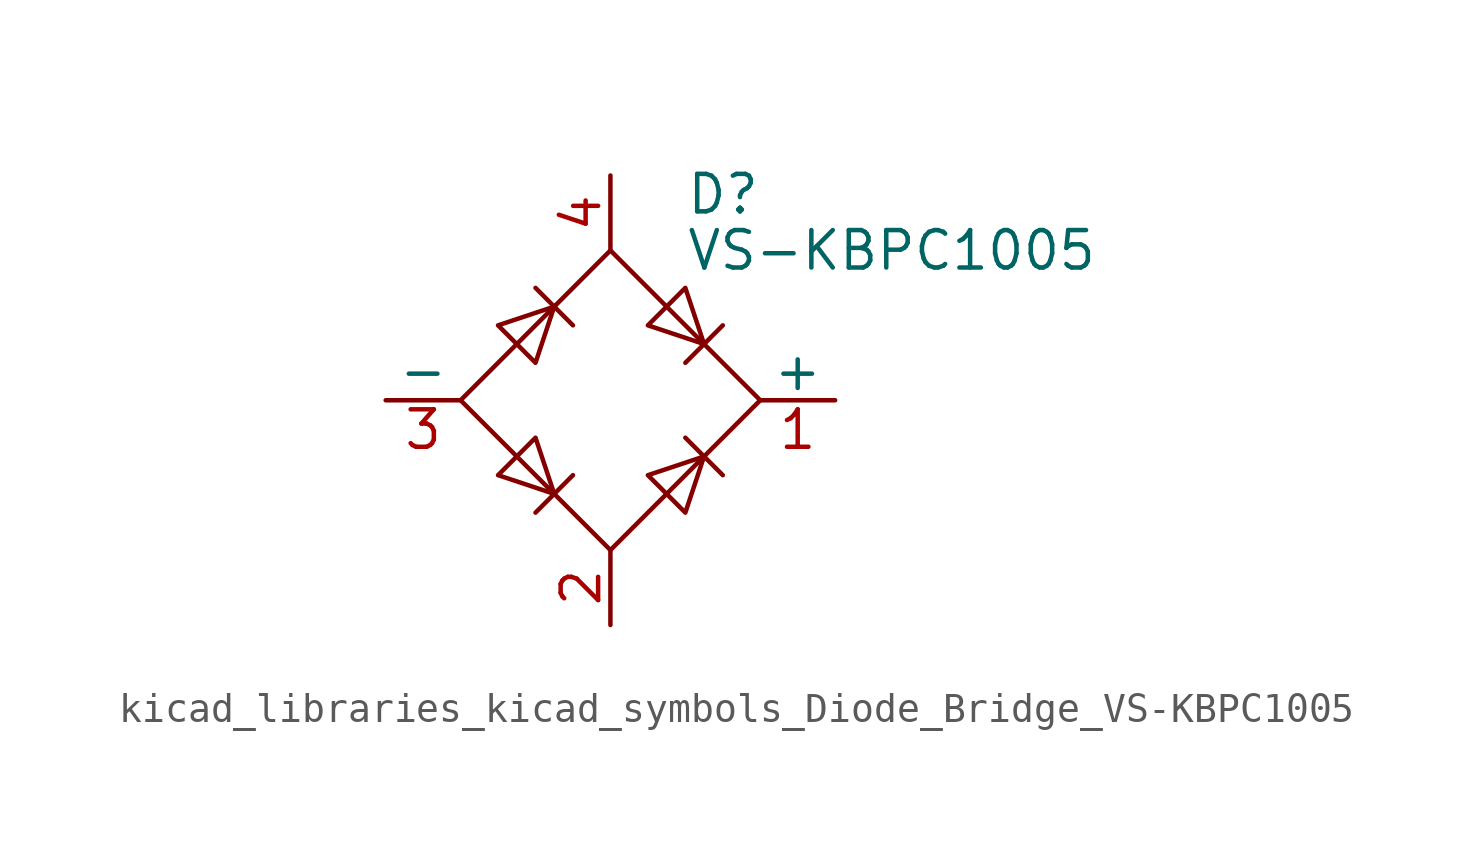
<source format=kicad_sym>
(kicad_symbol_lib
  (version 20220914)
  (generator kicad_symbol_editor)
  (symbol "kicad_libraries_kicad_symbols_Diode_Bridge_VS-KBPC1005"
    (pin_names
      (offset 0))
    (property "Reference" "D"
      (at 2.54 6.985 0)
      (effects (font (size 1.27 1.27)) (justify left)))
    (property "Value" "VS-KBPC1005"
      (at 2.54 5.08 0)
      (effects (font (size 1.27 1.27)) (justify left)))
    (symbol "kicad_libraries_kicad_symbols_Diode_Bridge_VS-KBPC1005_0_1"
      (polyline (pts (xy -2.54 3.81) (xy -1.27 2.54)) (stroke (width 0) (type default)) (fill (type none)))
      (polyline (pts (xy -1.27 -2.54) (xy -2.54 -3.81)) (stroke (width 0) (type default)) (fill (type none)))
      (polyline (pts (xy 2.54 -1.27) (xy 3.81 -2.54)) (stroke (width 0) (type default)) (fill (type none)))
      (polyline (pts (xy 2.54 1.27) (xy 3.81 2.54)) (stroke (width 0) (type default)) (fill (type none)))
      (polyline (pts (xy -3.81 2.54) (xy -2.54 1.27) (xy -1.905 3.175) (xy -3.81 2.54)) (stroke (width 0) (type default)) (fill (type none)))
      (polyline (pts (xy -2.54 -1.27) (xy -3.81 -2.54) (xy -1.905 -3.175) (xy -2.54 -1.27)) (stroke (width 0) (type default)) (fill (type none)))
      (polyline (pts (xy 1.27 2.54) (xy 2.54 3.81) (xy 3.175 1.905) (xy 1.27 2.54)) (stroke (width 0) (type default)) (fill (type none)))
      (polyline (pts (xy 3.175 -1.905) (xy 1.27 -2.54) (xy 2.54 -3.81) (xy 3.175 -1.905)) (stroke (width 0) (type default)) (fill (type none)))
      (polyline (pts (xy -5.08 0) (xy 0 -5.08) (xy 5.08 0) (xy 0 5.08) (xy -5.08 0)) (stroke (width 0) (type default)) (fill (type none))))
    (symbol "kicad_libraries_kicad_symbols_Diode_Bridge_VS-KBPC1005_1_1"
      (pin passive line (at 7.62 0 180) (length 2.54) (name "+" (effects (font (size 1.27 1.27)))) (number "1" (effects (font (size 1.27 1.27)))))
      (pin passive line (at 0 -7.62 90) (length 2.54) (name "~" (effects (font (size 1.27 1.27)))) (number "2" (effects (font (size 1.27 1.27)))))
      (pin passive line (at -7.62 0 0) (length 2.54) (name "-" (effects (font (size 1.27 1.27)))) (number "3" (effects (font (size 1.27 1.27)))))
      (pin passive line (at 0 7.62 270) (length 2.54) (name "~" (effects (font (size 1.27 1.27)))) (number "4" (effects (font (size 1.27 1.27))))))))
</source>
